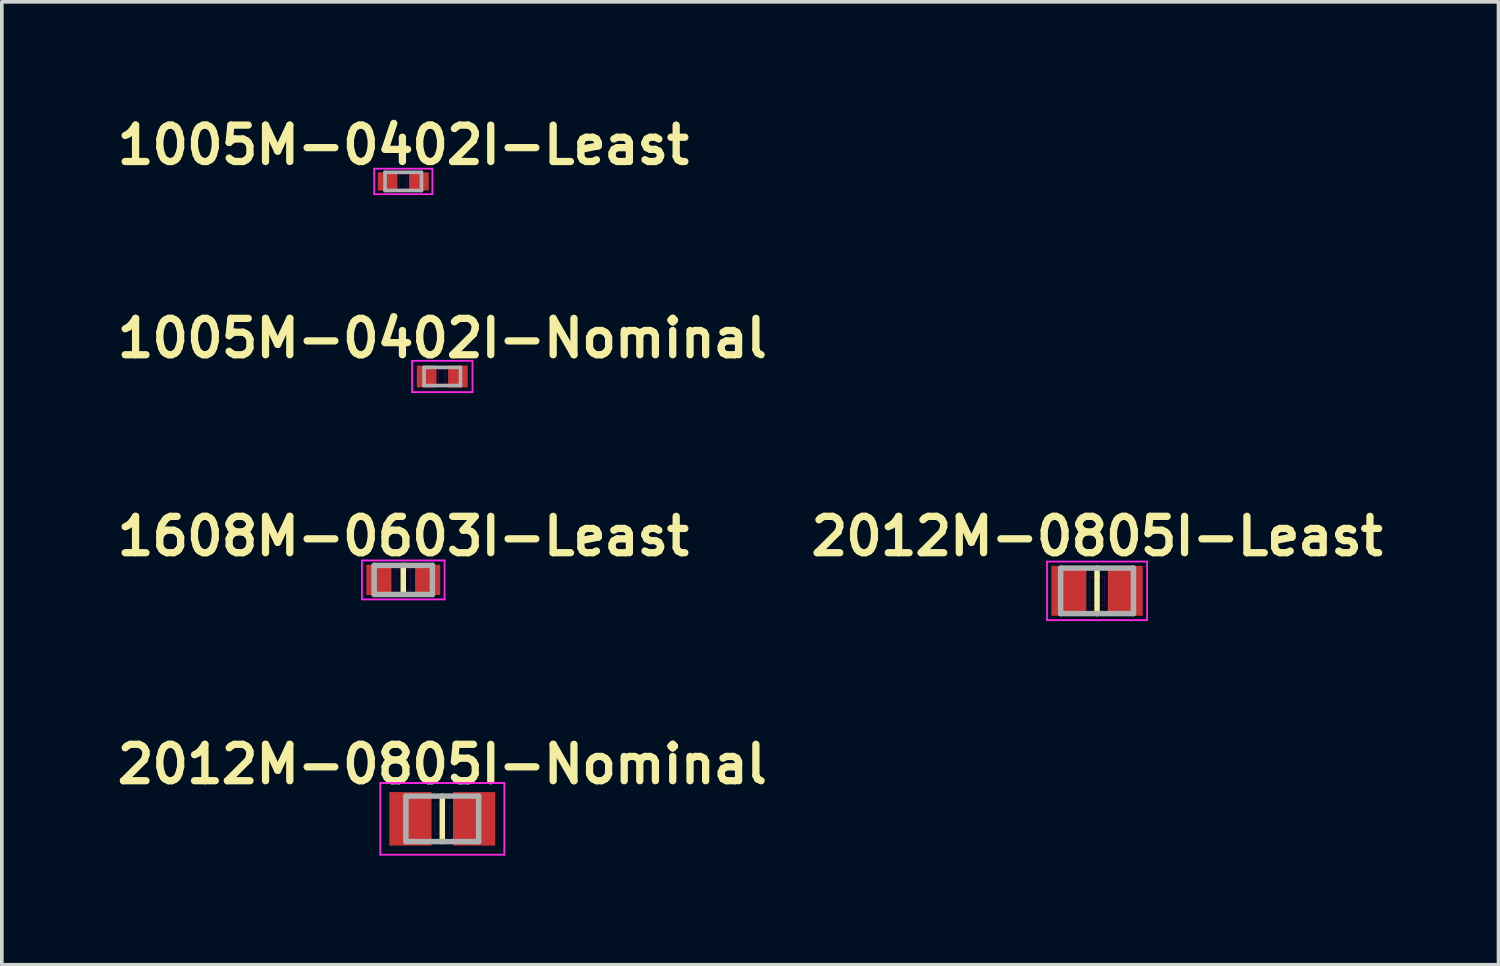
<source format=kicad_pcb>
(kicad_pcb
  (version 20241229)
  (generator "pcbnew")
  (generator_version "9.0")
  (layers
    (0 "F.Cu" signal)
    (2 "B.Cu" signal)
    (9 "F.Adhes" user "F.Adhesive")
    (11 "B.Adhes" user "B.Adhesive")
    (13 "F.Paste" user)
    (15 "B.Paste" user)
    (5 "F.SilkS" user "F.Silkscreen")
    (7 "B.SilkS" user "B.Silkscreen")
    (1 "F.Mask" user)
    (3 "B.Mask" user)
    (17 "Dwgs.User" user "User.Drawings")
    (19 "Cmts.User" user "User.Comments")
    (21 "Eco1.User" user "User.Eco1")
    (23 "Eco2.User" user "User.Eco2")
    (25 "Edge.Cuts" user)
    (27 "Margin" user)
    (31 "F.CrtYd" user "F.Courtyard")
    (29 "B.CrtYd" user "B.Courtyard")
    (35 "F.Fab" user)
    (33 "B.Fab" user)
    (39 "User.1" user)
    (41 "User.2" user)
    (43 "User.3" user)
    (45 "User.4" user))
  (footprint "2012M-0805I-Least"
    (layer "F.Cu")
    (at 27.1 13.188)
    (property "Reference" "2012M-0805I-Least" (at 0 -1.5 0) (layer "F.SilkS") (effects (font (size 1 1) (thickness 0.2))))
    (attr smd)
    (fp_line (start 0 -0.625) (end 0 0.625) (stroke (width 0.15) (type solid)) (layer "F.SilkS"))
    (fp_line (start -0.2 -0.4) (end -0.2 0.4) (stroke (width 0.01) (type solid)) (layer "F.Adhes"))
    (fp_line (start -0.2 0.4) (end 0.2 0.4) (stroke (width 0.01) (type solid)) (layer "F.Adhes"))
    (fp_line (start 0.2 -0.4) (end -0.2 -0.4) (stroke (width 0.01) (type solid)) (layer "F.Adhes"))
    (fp_line (start 0.2 0.4) (end 0.2 -0.4) (stroke (width 0.01) (type solid)) (layer "F.Adhes"))
    (fp_line (start -1.375 -0.805) (end 1.375 -0.805) (stroke (width 0.05) (type solid)) (layer "F.CrtYd"))
    (fp_line (start -1.375 0.805) (end -1.375 -0.805) (stroke (width 0.05) (type solid)) (layer "F.CrtYd"))
    (fp_line (start 1.375 -0.805) (end 1.375 0.805) (stroke (width 0.05) (type solid)) (layer "F.CrtYd"))
    (fp_line (start 1.375 0.805) (end -1.375 0.805) (stroke (width 0.05) (type solid)) (layer "F.CrtYd"))
    (fp_line (start -1 -0.625) (end -1 0.625) (stroke (width 0.15) (type solid)) (layer "F.Fab"))
    (fp_line (start -1 0.625) (end 1 0.625) (stroke (width 0.15) (type solid)) (layer "F.Fab"))
    (fp_line (start 1 -0.625) (end -1 -0.625) (stroke (width 0.15) (type solid)) (layer "F.Fab"))
    (fp_line (start 1 0.625) (end 1 -0.625) (stroke (width 0.15) (type solid)) (layer "F.Fab"))
    (pad "1" smd rect (at -0.775 0) (size 0.96 1.37) (layers "F.Cu" "F.Mask" "F.Paste"))
    (pad "2" smd rect (at 0.775 0) (size 0.96 1.37) (layers "F.Cu" "F.Mask" "F.Paste")))
  (footprint "1608M-0603I-Least"
    (layer "F.Cu")
    (at 8.033 12.888)
    (property "Reference" "1608M-0603I-Least" (at 0 -1.2 0) (layer "F.SilkS") (effects (font (size 1 1) (thickness 0.2))))
    (attr smd)
    (fp_line (start 0 0.4) (end 0 -0.4) (stroke (width 0.15) (type solid)) (layer "F.SilkS"))
    (fp_line (start -0.2 -0.3) (end -0.2 0.3) (stroke (width 0.01) (type solid)) (layer "F.Adhes"))
    (fp_line (start -0.2 0.3) (end 0.2 0.3) (stroke (width 0.01) (type solid)) (layer "F.Adhes"))
    (fp_line (start 0.2 -0.3) (end -0.2 -0.3) (stroke (width 0.01) (type solid)) (layer "F.Adhes"))
    (fp_line (start 0.2 0.3) (end 0.2 -0.3) (stroke (width 0.01) (type solid)) (layer "F.Adhes"))
    (fp_line (start -1.135 -0.535) (end 1.135 -0.535) (stroke (width 0.05) (type solid)) (layer "F.CrtYd"))
    (fp_line (start -1.135 0.535) (end -1.135 -0.535) (stroke (width 0.05) (type solid)) (layer "F.CrtYd"))
    (fp_line (start 1.135 -0.535) (end 1.135 0.535) (stroke (width 0.05) (type solid)) (layer "F.CrtYd"))
    (fp_line (start 1.135 0.535) (end -1.135 0.535) (stroke (width 0.05) (type solid)) (layer "F.CrtYd"))
    (fp_line (start -0.8 -0.4) (end -0.8 0.4) (stroke (width 0.15) (type solid)) (layer "F.Fab"))
    (fp_line (start -0.8 0.4) (end 0.8 0.4) (stroke (width 0.15) (type solid)) (layer "F.Fab"))
    (fp_line (start 0.8 -0.4) (end -0.8 -0.4) (stroke (width 0.15) (type solid)) (layer "F.Fab"))
    (fp_line (start 0.8 0.4) (end 0.8 -0.4) (stroke (width 0.15) (type solid)) (layer "F.Fab"))
    (pad "1" smd rect (at -0.67 0) (size 0.69 0.83) (layers "F.Cu" "F.Mask" "F.Paste"))
    (pad "2" smd rect (at 0.67 0) (size 0.69 0.83) (layers "F.Cu" "F.Mask" "F.Paste")))
  (footprint "1005M-0402I-Nominal"
    (layer "F.Cu")
    (at 9.105 7.297)
    (property "Reference" "1005M-0402I-Nominal" (at 0 -1.05 0) (layer "F.SilkS") (effects (font (size 1 1) (thickness 0.2))))
    (attr smd)
    (fp_line (start -0.1 -0.2) (end -0.1 0.2) (stroke (width 0.01) (type solid)) (layer "F.Adhes"))
    (fp_line (start -0.1 0.2) (end 0.1 0.2) (stroke (width 0.01) (type solid)) (layer "F.Adhes"))
    (fp_line (start 0.1 -0.2) (end -0.1 -0.2) (stroke (width 0.01) (type solid)) (layer "F.Adhes"))
    (fp_line (start 0.1 0.2) (end 0.1 -0.2) (stroke (width 0.01) (type solid)) (layer "F.Adhes"))
    (fp_line (start -0.83 -0.43) (end 0.83 -0.43) (stroke (width 0.05) (type solid)) (layer "F.CrtYd"))
    (fp_line (start -0.83 0.43) (end -0.83 -0.43) (stroke (width 0.05) (type solid)) (layer "F.CrtYd"))
    (fp_line (start 0.83 -0.43) (end 0.83 0.43) (stroke (width 0.05) (type solid)) (layer "F.CrtYd"))
    (fp_line (start 0.83 0.43) (end -0.83 0.43) (stroke (width 0.05) (type solid)) (layer "F.CrtYd"))
    (fp_line (start -0.5 -0.25) (end -0.5 0.25) (stroke (width 0.1) (type solid)) (layer "F.Fab"))
    (fp_line (start -0.5 0.25) (end 0.5 0.25) (stroke (width 0.1) (type solid)) (layer "F.Fab"))
    (fp_line (start 0.5 -0.25) (end -0.5 -0.25) (stroke (width 0.1) (type solid)) (layer "F.Fab"))
    (fp_line (start 0.5 0.25) (end 0.5 -0.25) (stroke (width 0.1) (type solid)) (layer "F.Fab"))
    (pad "1" smd rect (at -0.43 0) (size 0.54 0.6) (layers "F.Cu" "F.Mask" "F.Paste"))
    (pad "2" smd rect (at 0.43 0) (size 0.54 0.6) (layers "F.Cu" "F.Mask" "F.Paste")))
  (footprint "2012M-0805I-Nominal"
    (layer "F.Cu")
    (at 9.105 19.454)
    (property "Reference" "2012M-0805I-Nominal" (at 0 -1.5 0) (layer "F.SilkS") (effects (font (size 1 1) (thickness 0.2))))
    (attr smd)
    (fp_line (start 0 -0.625) (end 0 0.625) (stroke (width 0.15) (type solid)) (layer "F.SilkS"))
    (fp_line (start -0.2 -0.4) (end -0.2 0.4) (stroke (width 0.01) (type solid)) (layer "F.Adhes"))
    (fp_line (start -0.2 0.4) (end 0.2 0.4) (stroke (width 0.01) (type solid)) (layer "F.Adhes"))
    (fp_line (start 0.2 -0.4) (end -0.2 -0.4) (stroke (width 0.01) (type solid)) (layer "F.Adhes"))
    (fp_line (start 0.2 0.4) (end 0.2 -0.4) (stroke (width 0.01) (type solid)) (layer "F.Adhes"))
    (fp_line (start -1.705 -0.985) (end 1.705 -0.985) (stroke (width 0.05) (type solid)) (layer "F.CrtYd"))
    (fp_line (start -1.705 0.985) (end -1.705 -0.985) (stroke (width 0.05) (type solid)) (layer "F.CrtYd"))
    (fp_line (start 1.705 -0.985) (end 1.705 0.985) (stroke (width 0.05) (type solid)) (layer "F.CrtYd"))
    (fp_line (start 1.705 0.985) (end -1.705 0.985) (stroke (width 0.05) (type solid)) (layer "F.CrtYd"))
    (fp_line (start -1 -0.625) (end -1 0.625) (stroke (width 0.15) (type solid)) (layer "F.Fab"))
    (fp_line (start -1 0.625) (end 1 0.625) (stroke (width 0.15) (type solid)) (layer "F.Fab"))
    (fp_line (start 1 -0.625) (end -1 -0.625) (stroke (width 0.15) (type solid)) (layer "F.Fab"))
    (fp_line (start 1 0.625) (end 1 -0.625) (stroke (width 0.15) (type solid)) (layer "F.Fab"))
    (pad "1" smd rect (at -0.875 0) (size 1.16 1.47) (layers "F.Cu" "F.Mask" "F.Paste"))
    (pad "2" smd rect (at 0.875 0) (size 1.16 1.47) (layers "F.Cu" "F.Mask" "F.Paste")))
  (footprint "1005M-0402I-Least"
    (layer "F.Cu")
    (at 8.033 1.936)
    (property "Reference" "1005M-0402I-Least" (at 0 -1 0) (layer "F.SilkS") (effects (font (size 1 1) (thickness 0.2))))
    (attr smd)
    (fp_line (start -0.1 -0.2) (end -0.1 0.2) (stroke (width 0.01) (type solid)) (layer "F.Adhes"))
    (fp_line (start -0.1 0.2) (end 0.1 0.2) (stroke (width 0.01) (type solid)) (layer "F.Adhes"))
    (fp_line (start 0.1 -0.2) (end -0.1 -0.2) (stroke (width 0.01) (type solid)) (layer "F.Adhes"))
    (fp_line (start 0.1 0.2) (end 0.1 -0.2) (stroke (width 0.01) (type solid)) (layer "F.Adhes"))
    (fp_line (start -0.8 -0.35) (end 0.8 -0.35) (stroke (width 0.05) (type solid)) (layer "F.CrtYd"))
    (fp_line (start -0.8 0.35) (end -0.8 -0.35) (stroke (width 0.05) (type solid)) (layer "F.CrtYd"))
    (fp_line (start 0.8 -0.35) (end 0.8 0.35) (stroke (width 0.05) (type solid)) (layer "F.CrtYd"))
    (fp_line (start 0.8 0.35) (end -0.8 0.35) (stroke (width 0.05) (type solid)) (layer "F.CrtYd"))
    (fp_line (start -0.5 -0.25) (end -0.5 0.25) (stroke (width 0.1) (type solid)) (layer "F.Fab"))
    (fp_line (start -0.5 0.25) (end 0.5 0.25) (stroke (width 0.1) (type solid)) (layer "F.Fab"))
    (fp_line (start 0.5 -0.25) (end -0.5 -0.25) (stroke (width 0.1) (type solid)) (layer "F.Fab"))
    (fp_line (start 0.5 0.25) (end 0.5 -0.25) (stroke (width 0.1) (type solid)) (layer "F.Fab"))
    (pad "1" smd rect (at -0.43 0) (size 0.54 0.5) (layers "F.Cu" "F.Mask" "F.Paste"))
    (pad "2" smd rect (at 0.43 0) (size 0.54 0.5) (layers "F.Cu" "F.Mask" "F.Paste")))
  (gr_rect
    (start -3 -3)
    (end 38.133 23.464)
    (stroke (width 0.1) (type default))
    (fill no)
    (layer "Edge.Cuts")))
</source>
